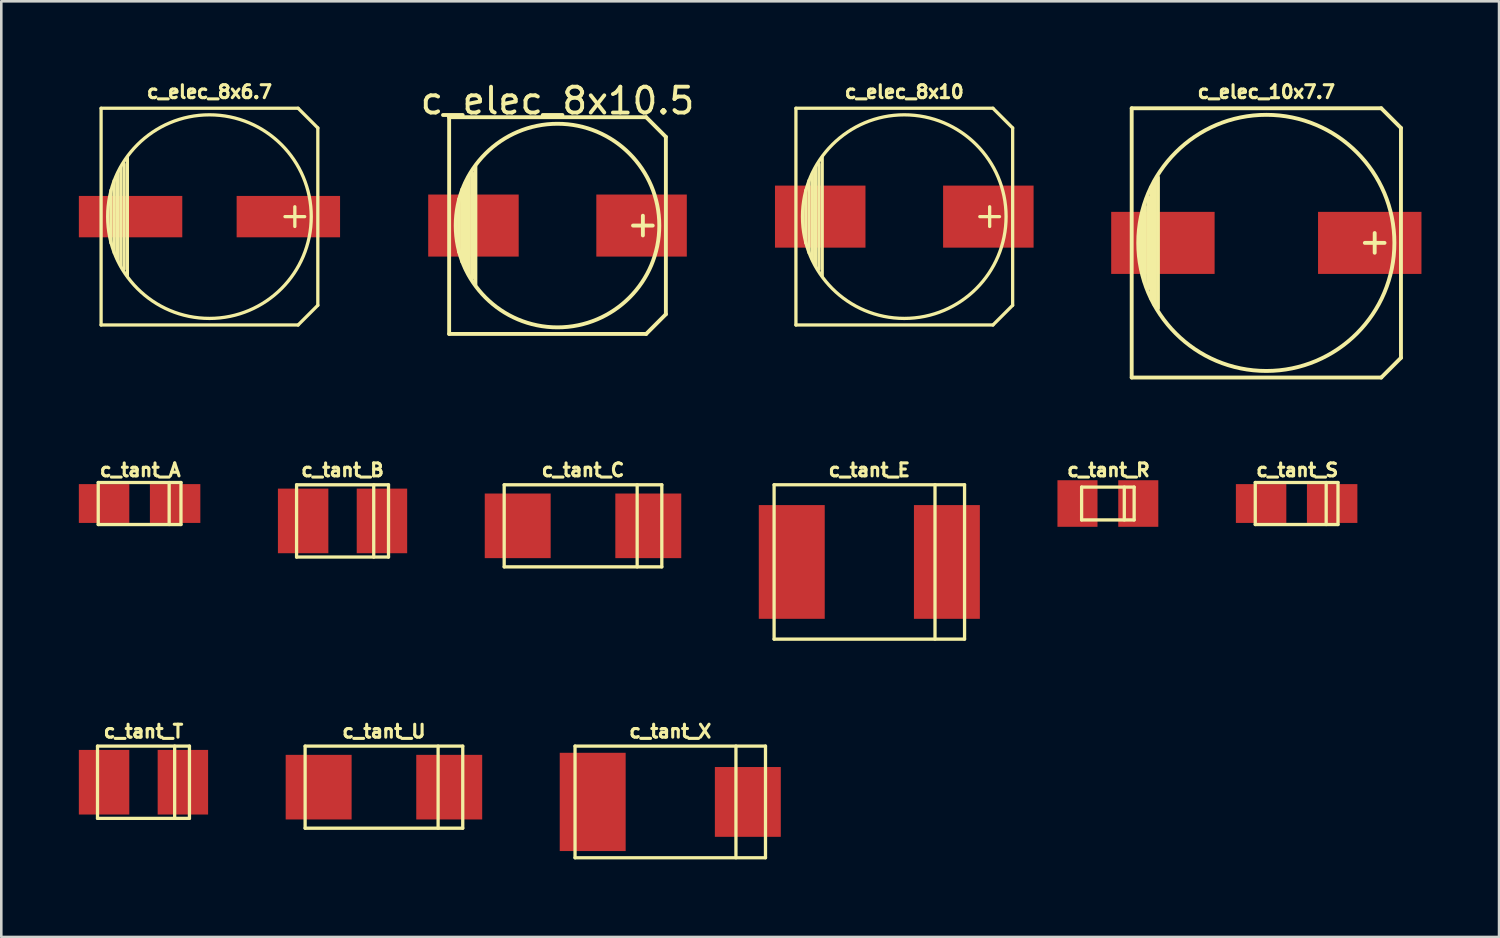
<source format=kicad_pcb>
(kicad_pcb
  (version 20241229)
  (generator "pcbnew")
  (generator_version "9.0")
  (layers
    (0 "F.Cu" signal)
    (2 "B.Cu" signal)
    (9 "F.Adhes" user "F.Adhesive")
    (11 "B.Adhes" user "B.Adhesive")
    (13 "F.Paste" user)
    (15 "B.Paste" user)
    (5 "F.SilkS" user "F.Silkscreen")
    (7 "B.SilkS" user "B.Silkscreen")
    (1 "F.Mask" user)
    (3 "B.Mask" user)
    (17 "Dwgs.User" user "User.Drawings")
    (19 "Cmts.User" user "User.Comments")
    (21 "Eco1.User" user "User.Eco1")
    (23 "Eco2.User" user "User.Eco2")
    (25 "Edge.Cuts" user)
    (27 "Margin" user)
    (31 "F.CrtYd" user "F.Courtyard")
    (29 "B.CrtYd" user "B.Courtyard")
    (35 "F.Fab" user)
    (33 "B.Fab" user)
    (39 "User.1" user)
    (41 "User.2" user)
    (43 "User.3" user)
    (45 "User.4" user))
  (footprint "c_elec_10x7.7"
    (layer "F.Cu")
    (at 45.926 6.344)
    (property "Reference" "c_elec_10x7.7" (at 0 -5.842 0) (layer "F.SilkS") (effects (font (size 0.5 0.5) (thickness 0.119))))
    (attr through_hole)
    (fp_line (start -5.207 -5.207) (end -5.207 5.207) (stroke (width 0.15) (type solid)) (layer "F.SilkS"))
    (fp_line (start -5.207 5.207) (end 4.445 5.207) (stroke (width 0.15) (type solid)) (layer "F.SilkS"))
    (fp_line (start -4.826 1.016) (end -4.826 -1.016) (stroke (width 0.15) (type solid)) (layer "F.SilkS"))
    (fp_line (start -4.699 -1.397) (end -4.699 1.524) (stroke (width 0.15) (type solid)) (layer "F.SilkS"))
    (fp_line (start -4.572 1.778) (end -4.572 -1.778) (stroke (width 0.15) (type solid)) (layer "F.SilkS"))
    (fp_line (start -4.445 -2.159) (end -4.445 2.159) (stroke (width 0.15) (type solid)) (layer "F.SilkS"))
    (fp_line (start -4.318 2.413) (end -4.318 -2.413) (stroke (width 0.15) (type solid)) (layer "F.SilkS"))
    (fp_line (start -4.191 -2.54) (end -4.191 2.54) (stroke (width 0.15) (type solid)) (layer "F.SilkS"))
    (fp_line (start 4.191 -0.381) (end 4.191 0.381) (stroke (width 0.15) (type solid)) (layer "F.SilkS"))
    (fp_line (start 4.445 -5.207) (end -5.207 -5.207) (stroke (width 0.15) (type solid)) (layer "F.SilkS"))
    (fp_line (start 4.445 5.207) (end 5.207 4.445) (stroke (width 0.15) (type solid)) (layer "F.SilkS"))
    (fp_line (start 4.572 0) (end 3.81 0) (stroke (width 0.15) (type solid)) (layer "F.SilkS"))
    (fp_line (start 5.207 -4.445) (end 4.445 -5.207) (stroke (width 0.15) (type solid)) (layer "F.SilkS"))
    (fp_line (start 5.207 4.445) (end 5.207 -4.445) (stroke (width 0.15) (type solid)) (layer "F.SilkS"))
    (fp_circle (center 0 0) (end 4.953 0) (stroke (width 0.15) (type solid)) (fill no) (layer "F.SilkS"))
    (pad "1" smd rect (at 4 0) (size 4 2.4) (layers "F.Cu" "F.Mask" "F.Paste"))
    (pad "2" smd rect (at -4 0) (size 4 2.4) (layers "F.Cu" "F.Mask" "F.Paste")))
  (footprint "c_tant_B"
    (layer "F.Cu")
    (at 10.198 17.097)
    (property "Reference" "c_tant_B" (at 0 -1.968 0) (layer "F.SilkS") (effects (font (size 0.5 0.5) (thickness 0.119))))
    (attr through_hole)
    (fp_line (start -1.778 -1.397) (end -1.778 1.397) (stroke (width 0.127) (type solid)) (layer "F.SilkS"))
    (fp_line (start -1.778 1.397) (end 1.778 1.397) (stroke (width 0.127) (type solid)) (layer "F.SilkS"))
    (fp_line (start 1.206 -1.397) (end 1.206 1.397) (stroke (width 0.127) (type solid)) (layer "F.SilkS"))
    (fp_line (start 1.778 -1.397) (end -1.778 -1.397) (stroke (width 0.127) (type solid)) (layer "F.SilkS"))
    (fp_line (start 1.778 1.397) (end 1.778 -1.397) (stroke (width 0.127) (type solid)) (layer "F.SilkS"))
    (pad "1" smd rect (at 1.524 0) (size 1.951 2.499) (layers "F.Cu" "F.Mask" "F.Paste"))
    (pad "2" smd rect (at -1.524 0) (size 1.951 2.499) (layers "F.Cu" "F.Mask" "F.Paste")))
  (footprint "c_tant_T"
    (layer "F.Cu")
    (at 2.499 27.203)
    (property "Reference" "c_tant_T" (at 0 -1.968 0) (layer "F.SilkS") (effects (font (size 0.5 0.5) (thickness 0.119))))
    (attr through_hole)
    (fp_line (start -1.778 -1.397) (end -1.778 1.397) (stroke (width 0.127) (type solid)) (layer "F.SilkS"))
    (fp_line (start -1.778 1.397) (end 1.778 1.397) (stroke (width 0.127) (type solid)) (layer "F.SilkS"))
    (fp_line (start 1.206 -1.397) (end 1.206 1.397) (stroke (width 0.127) (type solid)) (layer "F.SilkS"))
    (fp_line (start 1.778 -1.397) (end -1.778 -1.397) (stroke (width 0.127) (type solid)) (layer "F.SilkS"))
    (fp_line (start 1.778 1.397) (end 1.778 -1.397) (stroke (width 0.127) (type solid)) (layer "F.SilkS"))
    (pad "1" smd rect (at 1.524 0) (size 1.951 2.499) (layers "F.Cu" "F.Mask" "F.Paste"))
    (pad "2" smd rect (at -1.524 0) (size 1.951 2.499) (layers "F.Cu" "F.Mask" "F.Paste")))
  (footprint "c_elec_8x10.5"
    (layer "F.Cu")
    (at 18.512 5.674)
    (property "Reference" "c_elec_8x10.5" (at 0 -4.826 0) (layer "F.SilkS") (effects (font (size 1 1) (thickness 0.15))))
    (attr through_hole)
    (fp_line (start -4.191 -4.191) (end -4.191 4.191) (stroke (width 0.15) (type solid)) (layer "F.SilkS"))
    (fp_line (start -4.191 4.191) (end 3.429 4.191) (stroke (width 0.15) (type solid)) (layer "F.SilkS"))
    (fp_line (start -3.81 -1.016) (end -3.81 1.016) (stroke (width 0.15) (type solid)) (layer "F.SilkS"))
    (fp_line (start -3.683 1.397) (end -3.683 -1.397) (stroke (width 0.15) (type solid)) (layer "F.SilkS"))
    (fp_line (start -3.556 -1.651) (end -3.556 1.651) (stroke (width 0.15) (type solid)) (layer "F.SilkS"))
    (fp_line (start -3.429 1.905) (end -3.429 -1.905) (stroke (width 0.15) (type solid)) (layer "F.SilkS"))
    (fp_line (start -3.302 2.032) (end -3.302 -2.032) (stroke (width 0.15) (type solid)) (layer "F.SilkS"))
    (fp_line (start -3.175 -2.286) (end -3.175 2.286) (stroke (width 0.15) (type solid)) (layer "F.SilkS"))
    (fp_line (start 3.302 -0.381) (end 3.302 0.381) (stroke (width 0.15) (type solid)) (layer "F.SilkS"))
    (fp_line (start 3.429 -4.191) (end -4.191 -4.191) (stroke (width 0.15) (type solid)) (layer "F.SilkS"))
    (fp_line (start 3.429 4.191) (end 4.191 3.429) (stroke (width 0.15) (type solid)) (layer "F.SilkS"))
    (fp_line (start 3.683 0) (end 2.921 0) (stroke (width 0.15) (type solid)) (layer "F.SilkS"))
    (fp_line (start 4.191 -3.429) (end 3.429 -4.191) (stroke (width 0.15) (type solid)) (layer "F.SilkS"))
    (fp_line (start 4.191 3.429) (end 4.191 -3.429) (stroke (width 0.15) (type solid)) (layer "F.SilkS"))
    (fp_circle (center 0 0) (end 3.937 0) (stroke (width 0.15) (type solid)) (fill no) (layer "F.SilkS"))
    (pad "1" smd rect (at 3.251 0) (size 3.5 2.4) (layers "F.Cu" "F.Mask" "F.Paste"))
    (pad "2" smd rect (at -3.251 0) (size 3.5 2.4) (layers "F.Cu" "F.Mask" "F.Paste")))
  (footprint "c_tant_A"
    (layer "F.Cu")
    (at 2.349 16.424)
    (property "Reference" "c_tant_A" (at 0.025 -1.295 0) (layer "F.SilkS") (effects (font (size 0.5 0.5) (thickness 0.119))))
    (attr through_hole)
    (fp_line (start -1.6 -0.813) (end -1.6 0.813) (stroke (width 0.127) (type solid)) (layer "F.SilkS"))
    (fp_line (start -1.6 0.813) (end 1.6 0.813) (stroke (width 0.127) (type solid)) (layer "F.SilkS"))
    (fp_line (start 1.143 0.813) (end 1.143 -0.813) (stroke (width 0.127) (type solid)) (layer "F.SilkS"))
    (fp_line (start 1.6 -0.813) (end -1.6 -0.813) (stroke (width 0.127) (type solid)) (layer "F.SilkS"))
    (fp_line (start 1.6 0.813) (end 1.6 -0.813) (stroke (width 0.127) (type solid)) (layer "F.SilkS"))
    (pad "1" smd rect (at 1.374 0) (size 1.951 1.501) (layers "F.Cu" "F.Mask" "F.Paste"))
    (pad "2" smd rect (at -1.374 0) (size 1.951 1.501) (layers "F.Cu" "F.Mask" "F.Paste")))
  (footprint "c_elec_8x6.7"
    (layer "F.Cu")
    (at 5.051 5.328)
    (property "Reference" "c_elec_8x6.7" (at 0 -4.826 0) (layer "F.SilkS") (effects (font (size 0.5 0.5) (thickness 0.119))))
    (attr through_hole)
    (fp_line (start -4.191 -4.191) (end -4.191 4.191) (stroke (width 0.127) (type solid)) (layer "F.SilkS"))
    (fp_line (start -4.191 4.191) (end 3.429 4.191) (stroke (width 0.127) (type solid)) (layer "F.SilkS"))
    (fp_line (start -3.81 -1.016) (end -3.81 1.016) (stroke (width 0.127) (type solid)) (layer "F.SilkS"))
    (fp_line (start -3.683 1.397) (end -3.683 -1.397) (stroke (width 0.127) (type solid)) (layer "F.SilkS"))
    (fp_line (start -3.556 -1.651) (end -3.556 1.651) (stroke (width 0.127) (type solid)) (layer "F.SilkS"))
    (fp_line (start -3.429 1.905) (end -3.429 -1.905) (stroke (width 0.127) (type solid)) (layer "F.SilkS"))
    (fp_line (start -3.302 2.032) (end -3.302 -2.032) (stroke (width 0.127) (type solid)) (layer "F.SilkS"))
    (fp_line (start -3.175 -2.286) (end -3.175 2.286) (stroke (width 0.127) (type solid)) (layer "F.SilkS"))
    (fp_line (start 3.302 -0.381) (end 3.302 0.381) (stroke (width 0.127) (type solid)) (layer "F.SilkS"))
    (fp_line (start 3.429 -4.191) (end -4.191 -4.191) (stroke (width 0.127) (type solid)) (layer "F.SilkS"))
    (fp_line (start 3.429 4.191) (end 4.191 3.429) (stroke (width 0.127) (type solid)) (layer "F.SilkS"))
    (fp_line (start 3.683 0) (end 2.921 0) (stroke (width 0.127) (type solid)) (layer "F.SilkS"))
    (fp_line (start 4.191 -3.429) (end 3.429 -4.191) (stroke (width 0.127) (type solid)) (layer "F.SilkS"))
    (fp_line (start 4.191 3.429) (end 4.191 -3.429) (stroke (width 0.127) (type solid)) (layer "F.SilkS"))
    (fp_circle (center 0 0) (end 3.937 0) (stroke (width 0.127) (type solid)) (fill no) (layer "F.SilkS"))
    (pad "1" smd rect (at 3.051 0) (size 4 1.6) (layers "F.Cu" "F.Mask" "F.Paste"))
    (pad "2" smd rect (at -3.051 0) (size 4 1.6) (layers "F.Cu" "F.Mask" "F.Paste")))
  (footprint "c_tant_R"
    (layer "F.Cu")
    (at 39.798 16.424)
    (property "Reference" "c_tant_R" (at 0.025 -1.295 0) (layer "F.SilkS") (effects (font (size 0.5 0.5) (thickness 0.119))))
    (attr through_hole)
    (fp_line (start -1.016 -0.635) (end -1.016 0.635) (stroke (width 0.127) (type solid)) (layer "F.SilkS"))
    (fp_line (start -1.016 0.635) (end 1.016 0.635) (stroke (width 0.127) (type solid)) (layer "F.SilkS"))
    (fp_line (start 0.635 -0.635) (end 0.635 0.635) (stroke (width 0.127) (type solid)) (layer "F.SilkS"))
    (fp_line (start 1.016 -0.635) (end -1.016 -0.635) (stroke (width 0.127) (type solid)) (layer "F.SilkS"))
    (fp_line (start 1.016 0.635) (end 1.016 -0.635) (stroke (width 0.127) (type solid)) (layer "F.SilkS"))
    (pad "1" smd rect (at 1.176 0) (size 1.549 1.801) (layers "F.Cu" "F.Mask" "F.Paste"))
    (pad "2" smd rect (at -1.176 0) (size 1.549 1.801) (layers "F.Cu" "F.Mask" "F.Paste")))
  (footprint "c_tant_U"
    (layer "F.Cu")
    (at 11.799 27.394)
    (property "Reference" "c_tant_U" (at 0 -2.159 0) (layer "F.SilkS") (effects (font (size 0.5 0.5) (thickness 0.119))))
    (attr through_hole)
    (fp_line (start -3.048 -1.587) (end -3.048 1.587) (stroke (width 0.127) (type solid)) (layer "F.SilkS"))
    (fp_line (start -3.048 1.587) (end 3.048 1.587) (stroke (width 0.127) (type solid)) (layer "F.SilkS"))
    (fp_line (start 2.095 -1.587) (end 2.095 1.587) (stroke (width 0.127) (type solid)) (layer "F.SilkS"))
    (fp_line (start 3.048 -1.587) (end -3.048 -1.587) (stroke (width 0.127) (type solid)) (layer "F.SilkS"))
    (fp_line (start 3.048 1.587) (end 3.048 -1.587) (stroke (width 0.127) (type solid)) (layer "F.SilkS"))
    (pad "1" smd rect (at 2.525 0) (size 2.55 2.499) (layers "F.Cu" "F.Mask" "F.Paste"))
    (pad "2" smd rect (at -2.525 0) (size 2.55 2.499) (layers "F.Cu" "F.Mask" "F.Paste")))
  (footprint "c_elec_8x10"
    (layer "F.Cu")
    (at 31.924 5.328)
    (property "Reference" "c_elec_8x10" (at 0 -4.826 0) (layer "F.SilkS") (effects (font (size 0.5 0.5) (thickness 0.119))))
    (attr through_hole)
    (fp_line (start -4.191 -4.191) (end -4.191 4.191) (stroke (width 0.127) (type solid)) (layer "F.SilkS"))
    (fp_line (start -4.191 4.191) (end 3.429 4.191) (stroke (width 0.127) (type solid)) (layer "F.SilkS"))
    (fp_line (start -3.81 -1.016) (end -3.81 1.016) (stroke (width 0.127) (type solid)) (layer "F.SilkS"))
    (fp_line (start -3.683 1.397) (end -3.683 -1.397) (stroke (width 0.127) (type solid)) (layer "F.SilkS"))
    (fp_line (start -3.556 -1.651) (end -3.556 1.651) (stroke (width 0.127) (type solid)) (layer "F.SilkS"))
    (fp_line (start -3.429 1.905) (end -3.429 -1.905) (stroke (width 0.127) (type solid)) (layer "F.SilkS"))
    (fp_line (start -3.302 2.032) (end -3.302 -2.032) (stroke (width 0.127) (type solid)) (layer "F.SilkS"))
    (fp_line (start -3.175 -2.286) (end -3.175 2.286) (stroke (width 0.127) (type solid)) (layer "F.SilkS"))
    (fp_line (start 3.302 -0.381) (end 3.302 0.381) (stroke (width 0.127) (type solid)) (layer "F.SilkS"))
    (fp_line (start 3.429 -4.191) (end -4.191 -4.191) (stroke (width 0.127) (type solid)) (layer "F.SilkS"))
    (fp_line (start 3.429 4.191) (end 4.191 3.429) (stroke (width 0.127) (type solid)) (layer "F.SilkS"))
    (fp_line (start 3.683 0) (end 2.921 0) (stroke (width 0.127) (type solid)) (layer "F.SilkS"))
    (fp_line (start 4.191 -3.429) (end 3.429 -4.191) (stroke (width 0.127) (type solid)) (layer "F.SilkS"))
    (fp_line (start 4.191 3.429) (end 4.191 -3.429) (stroke (width 0.127) (type solid)) (layer "F.SilkS"))
    (fp_circle (center 0 0) (end 3.937 0) (stroke (width 0.127) (type solid)) (fill no) (layer "F.SilkS"))
    (pad "1" smd rect (at 3.251 0) (size 3.5 2.4) (layers "F.Cu" "F.Mask" "F.Paste"))
    (pad "2" smd rect (at -3.251 0) (size 3.5 2.4) (layers "F.Cu" "F.Mask" "F.Paste")))
  (footprint "c_tant_C"
    (layer "F.Cu")
    (at 19.498 17.287)
    (property "Reference" "c_tant_C" (at 0 -2.159 0) (layer "F.SilkS") (effects (font (size 0.5 0.5) (thickness 0.119))))
    (attr through_hole)
    (fp_line (start -3.048 -1.587) (end -3.048 1.587) (stroke (width 0.127) (type solid)) (layer "F.SilkS"))
    (fp_line (start -3.048 1.587) (end 3.048 1.587) (stroke (width 0.127) (type solid)) (layer "F.SilkS"))
    (fp_line (start 2.095 -1.587) (end 2.095 1.587) (stroke (width 0.127) (type solid)) (layer "F.SilkS"))
    (fp_line (start 3.048 -1.587) (end -3.048 -1.587) (stroke (width 0.127) (type solid)) (layer "F.SilkS"))
    (fp_line (start 3.048 1.587) (end 3.048 -1.587) (stroke (width 0.127) (type solid)) (layer "F.SilkS"))
    (pad "1" smd rect (at 2.525 0) (size 2.55 2.499) (layers "F.Cu" "F.Mask" "F.Paste"))
    (pad "2" smd rect (at -2.525 0) (size 2.55 2.499) (layers "F.Cu" "F.Mask" "F.Paste")))
  (footprint "c_tant_E"
    (layer "F.Cu")
    (at 30.572 18.684)
    (property "Reference" "c_tant_E" (at 0 -3.556 0) (layer "F.SilkS") (effects (font (size 0.5 0.5) (thickness 0.119))))
    (attr through_hole)
    (fp_line (start -3.683 -2.985) (end -3.683 2.985) (stroke (width 0.127) (type solid)) (layer "F.SilkS"))
    (fp_line (start -3.683 2.985) (end 3.683 2.985) (stroke (width 0.127) (type solid)) (layer "F.SilkS"))
    (fp_line (start 2.54 2.985) (end 2.54 -2.985) (stroke (width 0.127) (type solid)) (layer "F.SilkS"))
    (fp_line (start 3.683 -2.985) (end -3.683 -2.985) (stroke (width 0.127) (type solid)) (layer "F.SilkS"))
    (fp_line (start 3.683 -2.985) (end 3.683 2.985) (stroke (width 0.127) (type solid)) (layer "F.SilkS"))
    (pad "1" smd rect (at 3 0) (size 2.55 4.399) (layers "F.Cu" "F.Mask" "F.Paste"))
    (pad "2" smd rect (at -3 0) (size 2.55 4.399) (layers "F.Cu" "F.Mask" "F.Paste")))
  (footprint "c_tant_S"
    (layer "F.Cu")
    (at 47.098 16.424)
    (property "Reference" "c_tant_S" (at 0.025 -1.295 0) (layer "F.SilkS") (effects (font (size 0.5 0.5) (thickness 0.119))))
    (attr through_hole)
    (fp_line (start -1.6 -0.813) (end -1.6 0.813) (stroke (width 0.127) (type solid)) (layer "F.SilkS"))
    (fp_line (start -1.6 0.813) (end 1.6 0.813) (stroke (width 0.127) (type solid)) (layer "F.SilkS"))
    (fp_line (start 1.143 0.813) (end 1.143 -0.813) (stroke (width 0.127) (type solid)) (layer "F.SilkS"))
    (fp_line (start 1.6 -0.813) (end -1.6 -0.813) (stroke (width 0.127) (type solid)) (layer "F.SilkS"))
    (fp_line (start 1.6 0.813) (end 1.6 -0.813) (stroke (width 0.127) (type solid)) (layer "F.SilkS"))
    (pad "1" smd rect (at 1.374 0) (size 1.951 1.501) (layers "F.Cu" "F.Mask" "F.Paste"))
    (pad "2" smd rect (at -1.374 0) (size 1.951 1.501) (layers "F.Cu" "F.Mask" "F.Paste")))
  (footprint "c_tant_X"
    (layer "F.Cu")
    (at 22.873 27.965)
    (property "Reference" "c_tant_X" (at 0 -2.731 0) (layer "F.SilkS") (effects (font (size 0.5 0.5) (thickness 0.119))))
    (attr through_hole)
    (fp_line (start -3.683 -2.159) (end -3.683 2.159) (stroke (width 0.127) (type solid)) (layer "F.SilkS"))
    (fp_line (start -3.683 2.159) (end 3.683 2.159) (stroke (width 0.127) (type solid)) (layer "F.SilkS"))
    (fp_line (start 2.54 -2.159) (end 2.54 2.159) (stroke (width 0.127) (type solid)) (layer "F.SilkS"))
    (fp_line (start 3.683 -2.159) (end -3.683 -2.159) (stroke (width 0.127) (type solid)) (layer "F.SilkS"))
    (fp_line (start 3.683 2.159) (end 3.683 -2.159) (stroke (width 0.127) (type solid)) (layer "F.SilkS"))
    (pad "1" smd rect (at 3 0) (size 2.55 2.7) (layers "F.Cu" "F.Mask" "F.Paste"))
    (pad "2" smd rect (at -3 0) (size 2.55 3.8) (layers "F.Cu" "F.Mask" "F.Paste")))
  (gr_rect
    (start -3 -3)
    (end 54.927 33.188)
    (stroke (width 0.1) (type default))
    (fill no)
    (layer "Edge.Cuts")))
</source>
